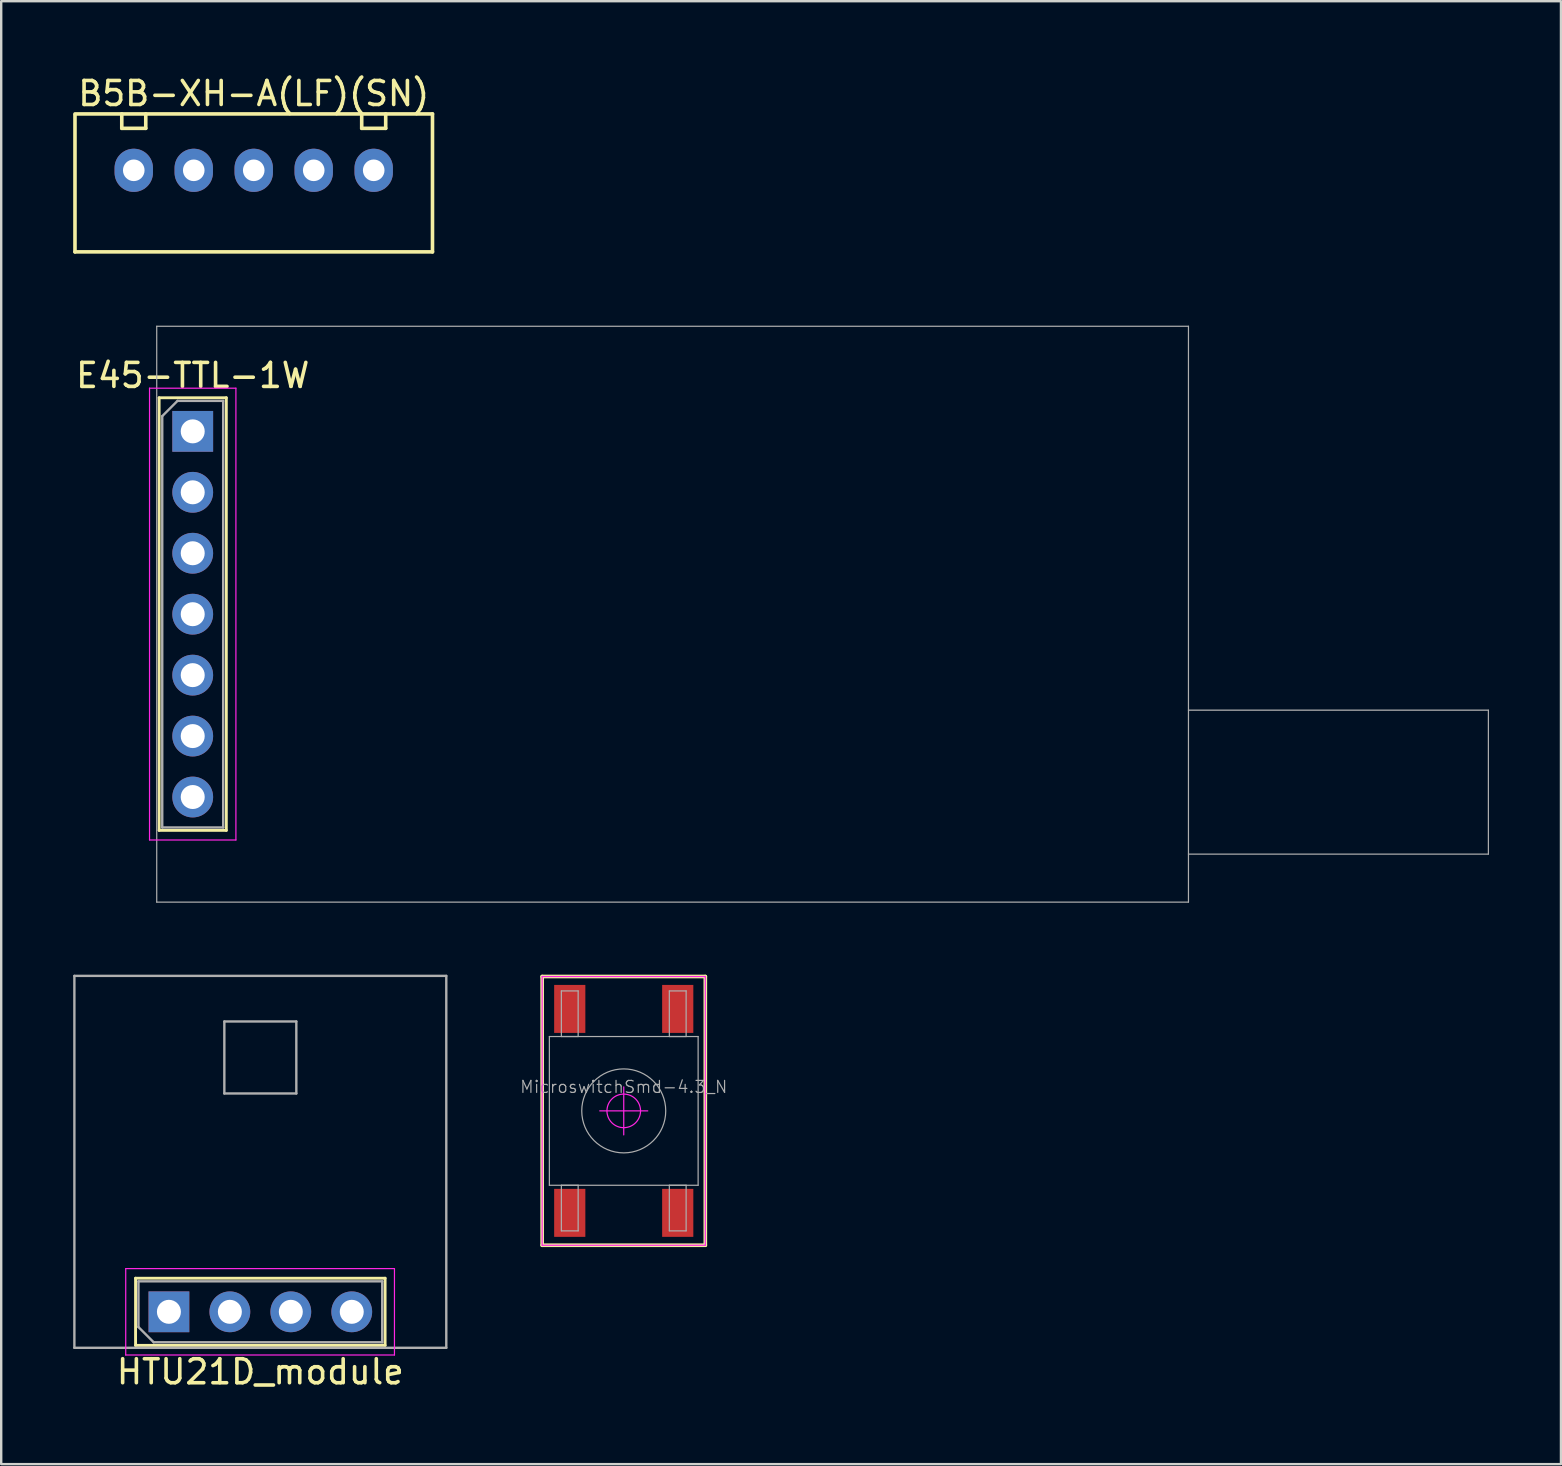
<source format=kicad_pcb>
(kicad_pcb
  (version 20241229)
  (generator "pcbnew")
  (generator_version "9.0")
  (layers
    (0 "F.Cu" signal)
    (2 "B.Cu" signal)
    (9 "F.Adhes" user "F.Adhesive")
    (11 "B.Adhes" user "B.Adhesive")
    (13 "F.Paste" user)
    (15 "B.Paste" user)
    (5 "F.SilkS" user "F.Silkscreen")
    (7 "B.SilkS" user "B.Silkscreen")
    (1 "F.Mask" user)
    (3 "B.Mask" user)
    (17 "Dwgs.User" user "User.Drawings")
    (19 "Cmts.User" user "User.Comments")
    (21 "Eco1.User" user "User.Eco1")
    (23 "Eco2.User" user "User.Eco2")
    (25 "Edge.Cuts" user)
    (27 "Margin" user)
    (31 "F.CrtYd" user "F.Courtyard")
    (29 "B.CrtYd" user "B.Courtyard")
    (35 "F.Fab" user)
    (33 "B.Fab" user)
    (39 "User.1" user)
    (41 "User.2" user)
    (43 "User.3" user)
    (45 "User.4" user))
  (footprint "HTU21D_module"
    (layer "F.Cu")
    (at 7.8 51.623)
    (property "Reference" "HTU21D_module" (at 0 2.5 180) (layer "F.SilkS") (effects (font (size 1 1) (thickness 0.15))))
    (attr through_hole)
    (fp_line (start -5.2 -1.4) (end 5.2 -1.4) (stroke (width 0.12) (type solid)) (layer "F.SilkS"))
    (fp_line (start -5.2 1.4) (end -5.2 -1.4) (stroke (width 0.12) (type solid)) (layer "F.SilkS"))
    (fp_line (start -5.2 1.4) (end 5.2 1.4) (stroke (width 0.12) (type solid)) (layer "F.SilkS"))
    (fp_line (start 5.2 1.4) (end 5.2 -1.4) (stroke (width 0.12) (type solid)) (layer "F.SilkS"))
    (fp_line (start -5.61 -1.8) (end -5.61 1.8) (stroke (width 0.05) (type solid)) (layer "F.CrtYd"))
    (fp_line (start -5.61 1.8) (end 5.59 1.8) (stroke (width 0.05) (type solid)) (layer "F.CrtYd"))
    (fp_line (start 5.59 -1.8) (end -5.61 -1.8) (stroke (width 0.05) (type solid)) (layer "F.CrtYd"))
    (fp_line (start 5.59 1.8) (end 5.59 -1.8) (stroke (width 0.05) (type solid)) (layer "F.CrtYd"))
    (fp_line (start -7.75 -14) (end -7.75 1.5) (stroke (width 0.1) (type solid)) (layer "F.Fab"))
    (fp_line (start -7.75 1.5) (end 7.75 1.5) (stroke (width 0.1) (type solid)) (layer "F.Fab"))
    (fp_line (start -5.08 -1.27) (end 5.08 -1.27) (stroke (width 0.1) (type solid)) (layer "F.Fab"))
    (fp_line (start -5.08 0.635) (end -5.08 -1.27) (stroke (width 0.1) (type solid)) (layer "F.Fab"))
    (fp_line (start -4.445 1.27) (end -5.08 0.635) (stroke (width 0.1) (type solid)) (layer "F.Fab"))
    (fp_line (start -1.5 -12.1) (end 1.5 -12.1) (stroke (width 0.1) (type solid)) (layer "F.Fab"))
    (fp_line (start -1.5 -9.1) (end -1.5 -12.1) (stroke (width 0.1) (type solid)) (layer "F.Fab"))
    (fp_line (start 1.5 -12.1) (end 1.5 -9.1) (stroke (width 0.1) (type solid)) (layer "F.Fab"))
    (fp_line (start 1.5 -9.1) (end -1.5 -9.1) (stroke (width 0.1) (type solid)) (layer "F.Fab"))
    (fp_line (start 5.08 -1.27) (end 5.08 1.27) (stroke (width 0.1) (type solid)) (layer "F.Fab"))
    (fp_line (start 5.08 1.27) (end -4.445 1.27) (stroke (width 0.1) (type solid)) (layer "F.Fab"))
    (fp_line (start 7.75 -14) (end -7.75 -14) (stroke (width 0.1) (type solid)) (layer "F.Fab"))
    (fp_line (start 7.75 1.5) (end 7.75 -14) (stroke (width 0.1) (type solid)) (layer "F.Fab"))
    (pad "1" thru_hole rect (at -3.81 0 90) (size 1.7 1.7) (drill 1) (layers "*.Cu" "*.Mask"))
    (pad "2" thru_hole oval (at -1.27 0 90) (size 1.7 1.7) (drill 1) (layers "*.Cu" "*.Mask"))
    (pad "3" thru_hole oval (at 1.27 0 90) (size 1.7 1.7) (drill 1) (layers "*.Cu" "*.Mask"))
    (pad "4" thru_hole oval (at 3.81 0 90) (size 1.7 1.7) (drill 1) (layers "*.Cu" "*.Mask")))
  (footprint "B5B-XH-A(LF)(SN)"
    (layer "F.Cu")
    (at 7.525 4.048)
    (property "Reference" "B5B-XH-A(LF)(SN)" (at 0 -3.2 0) (layer "F.SilkS") (effects (font (size 1 1) (thickness 0.15))))
    (attr through_hole)
    (fp_line (start -7.45 -2.35) (end 7.45 -2.35) (stroke (width 0.15) (type solid)) (layer "F.SilkS"))
    (fp_line (start -7.45 3.4) (end -7.45 -2.3) (stroke (width 0.15) (type solid)) (layer "F.SilkS"))
    (fp_line (start -5.5 -2.35) (end -5.5 -1.75) (stroke (width 0.15) (type solid)) (layer "F.SilkS"))
    (fp_line (start -5.5 -1.75) (end -4.5 -1.75) (stroke (width 0.15) (type solid)) (layer "F.SilkS"))
    (fp_line (start -4.5 -1.75) (end -4.5 -2.35) (stroke (width 0.15) (type solid)) (layer "F.SilkS"))
    (fp_line (start 4.5 -2.35) (end 4.5 -1.75) (stroke (width 0.15) (type solid)) (layer "F.SilkS"))
    (fp_line (start 4.5 -1.75) (end 5.5 -1.75) (stroke (width 0.15) (type solid)) (layer "F.SilkS"))
    (fp_line (start 5.5 -1.75) (end 5.5 -2.35) (stroke (width 0.15) (type solid)) (layer "F.SilkS"))
    (fp_line (start 7.45 -2.35) (end 7.45 3.4) (stroke (width 0.15) (type solid)) (layer "F.SilkS"))
    (fp_line (start 7.45 3.4) (end -7.45 3.4) (stroke (width 0.15) (type solid)) (layer "F.SilkS"))
    (pad "1" thru_hole oval (at -5 0) (size 1.6 1.8) (drill 0.9) (layers "*.Cu" "*.Mask"))
    (pad "2" thru_hole oval (at -2.5 0) (size 1.6 1.8) (drill 0.9) (layers "*.Cu" "*.Mask"))
    (pad "3" thru_hole oval (at 0 0) (size 1.6 1.8) (drill 0.9) (layers "*.Cu" "*.Mask"))
    (pad "4" thru_hole oval (at 2.5 0) (size 1.6 1.8) (drill 0.9) (layers "*.Cu" "*.Mask"))
    (pad "5" thru_hole oval (at 5 0) (size 1.6 1.8) (drill 0.9) (layers "*.Cu" "*.Mask")))
  (footprint "E45-TTL-1W"
    (layer "F.Cu")
    (at 4.982 22.548)
    (property "Reference" "E45-TTL-1W" (at 0 -9.95 0) (layer "F.SilkS") (effects (font (size 1 1) (thickness 0.15))))
    (attr through_hole)
    (fp_line (start -1.4 -9.02) (end -1.4 9.01) (stroke (width 0.12) (type solid)) (layer "F.SilkS"))
    (fp_line (start -1.4 -9.02) (end 1.4 -9.02) (stroke (width 0.12) (type solid)) (layer "F.SilkS"))
    (fp_line (start -1.4 9.01) (end 1.4 9.01) (stroke (width 0.12) (type solid)) (layer "F.SilkS"))
    (fp_line (start 1.4 -9.02) (end 1.4 9.01) (stroke (width 0.12) (type solid)) (layer "F.SilkS"))
    (fp_line (start -1.8 -9.42) (end -1.8 9.41) (stroke (width 0.05) (type solid)) (layer "F.CrtYd"))
    (fp_line (start -1.8 9.41) (end 1.8 9.41) (stroke (width 0.05) (type solid)) (layer "F.CrtYd"))
    (fp_line (start 1.8 -9.42) (end -1.8 -9.42) (stroke (width 0.05) (type solid)) (layer "F.CrtYd"))
    (fp_line (start 1.8 9.41) (end 1.8 -9.42) (stroke (width 0.05) (type solid)) (layer "F.CrtYd"))
    (fp_line (start -1.5 -12) (end -1.5 12) (stroke (width 0.05) (type solid)) (layer "F.Fab"))
    (fp_line (start -1.5 12) (end 41.5 12) (stroke (width 0.05) (type solid)) (layer "F.Fab"))
    (fp_line (start -1.27 -8.255) (end -0.635 -8.89) (stroke (width 0.1) (type solid)) (layer "F.Fab"))
    (fp_line (start -1.27 8.89) (end -1.27 -8.255) (stroke (width 0.1) (type solid)) (layer "F.Fab"))
    (fp_line (start -0.635 -8.89) (end 1.27 -8.89) (stroke (width 0.1) (type solid)) (layer "F.Fab"))
    (fp_line (start 1.27 -8.89) (end 1.27 8.89) (stroke (width 0.1) (type solid)) (layer "F.Fab"))
    (fp_line (start 1.27 8.89) (end -1.27 8.89) (stroke (width 0.1) (type solid)) (layer "F.Fab"))
    (fp_line (start 41.5 -12) (end -1.5 -12) (stroke (width 0.05) (type solid)) (layer "F.Fab"))
    (fp_line (start 41.5 4) (end 54 4) (stroke (width 0.05) (type solid)) (layer "F.Fab"))
    (fp_line (start 41.5 12) (end 41.5 -12) (stroke (width 0.05) (type solid)) (layer "F.Fab"))
    (fp_line (start 54 4) (end 54 10) (stroke (width 0.05) (type solid)) (layer "F.Fab"))
    (fp_line (start 54 10) (end 41.5 10) (stroke (width 0.05) (type solid)) (layer "F.Fab"))
    (pad "1" thru_hole rect (at 0 -7.62) (size 1.7 1.7) (drill 1) (layers "*.Cu" "*.Mask"))
    (pad "2" thru_hole oval (at 0 -5.08) (size 1.7 1.7) (drill 1) (layers "*.Cu" "*.Mask"))
    (pad "3" thru_hole oval (at 0 -2.54) (size 1.7 1.7) (drill 1) (layers "*.Cu" "*.Mask"))
    (pad "4" thru_hole oval (at 0 0) (size 1.7 1.7) (drill 1) (layers "*.Cu" "*.Mask"))
    (pad "5" thru_hole oval (at 0 2.54) (size 1.7 1.7) (drill 1) (layers "*.Cu" "*.Mask"))
    (pad "6" thru_hole oval (at 0 5.08) (size 1.7 1.7) (drill 1) (layers "*.Cu" "*.Mask"))
    (pad "7" thru_hole oval (at 0 7.62) (size 1.7 1.7) (drill 1) (layers "*.Cu" "*.Mask")))
  (footprint "MicroswitchSmd-4.3_N"
    (layer "F.Cu")
    (at 22.946 43.249)
    (property "Reference" "MicroswitchSmd-4.3_N" (at 0 -1 0) (layer "F.Fab") (effects (font (size 0.5 0.5) (thickness 0.05))))
    (attr through_hole)
    (fp_line (start -3.4 -5.6) (end 3.4 -5.6) (stroke (width 0.152) (type solid)) (layer "F.SilkS"))
    (fp_line (start -3.4 5.6) (end -3.4 -5.6) (stroke (width 0.152) (type solid)) (layer "F.SilkS"))
    (fp_line (start 3.4 -5.6) (end 3.4 5.6) (stroke (width 0.152) (type solid)) (layer "F.SilkS"))
    (fp_line (start 3.4 5.6) (end -3.4 5.6) (stroke (width 0.152) (type solid)) (layer "F.SilkS"))
    (fp_line (start -3.4 -5.6) (end 3.4 -5.6) (stroke (width 0.05) (type solid)) (layer "F.CrtYd"))
    (fp_line (start -3.4 5.6) (end -3.4 -5.6) (stroke (width 0.05) (type solid)) (layer "F.CrtYd"))
    (fp_line (start -1 0) (end 1 0) (stroke (width 0.05) (type solid)) (layer "F.CrtYd"))
    (fp_line (start 0 1) (end 0 -1) (stroke (width 0.05) (type solid)) (layer "F.CrtYd"))
    (fp_line (start 3.4 -5.6) (end 3.4 5.6) (stroke (width 0.05) (type solid)) (layer "F.CrtYd"))
    (fp_line (start 3.4 5.6) (end -3.4 5.6) (stroke (width 0.05) (type solid)) (layer "F.CrtYd"))
    (fp_circle (center 0 0) (end 0.7 0) (stroke (width 0.05) (type solid)) (fill no) (layer "F.CrtYd"))
    (fp_line (start -3.1 -3.1) (end 3.1 -3.1) (stroke (width 0.05) (type solid)) (layer "F.Fab"))
    (fp_line (start -3.1 3.1) (end -3.1 -3.1) (stroke (width 0.05) (type solid)) (layer "F.Fab"))
    (fp_line (start -2.6 -5) (end -1.9 -5) (stroke (width 0.05) (type solid)) (layer "F.Fab"))
    (fp_line (start -2.6 -3.1) (end -2.6 -5) (stroke (width 0.05) (type solid)) (layer "F.Fab"))
    (fp_line (start -2.6 3.1) (end -1.9 3.1) (stroke (width 0.05) (type solid)) (layer "F.Fab"))
    (fp_line (start -2.6 5) (end -2.6 3.1) (stroke (width 0.05) (type solid)) (layer "F.Fab"))
    (fp_line (start -1.9 -5) (end -1.9 -3.1) (stroke (width 0.05) (type solid)) (layer "F.Fab"))
    (fp_line (start -1.9 -3.1) (end -2.6 -3.1) (stroke (width 0.05) (type solid)) (layer "F.Fab"))
    (fp_line (start -1.9 3.1) (end -1.9 5) (stroke (width 0.05) (type solid)) (layer "F.Fab"))
    (fp_line (start -1.9 5) (end -2.6 5) (stroke (width 0.05) (type solid)) (layer "F.Fab"))
    (fp_line (start 1.9 -5) (end 2.6 -5) (stroke (width 0.05) (type solid)) (layer "F.Fab"))
    (fp_line (start 1.9 -3.1) (end 1.9 -5) (stroke (width 0.05) (type solid)) (layer "F.Fab"))
    (fp_line (start 1.9 3.1) (end 2.6 3.1) (stroke (width 0.05) (type solid)) (layer "F.Fab"))
    (fp_line (start 1.9 5) (end 1.9 3.1) (stroke (width 0.05) (type solid)) (layer "F.Fab"))
    (fp_line (start 2.6 -5) (end 2.6 -3.1) (stroke (width 0.05) (type solid)) (layer "F.Fab"))
    (fp_line (start 2.6 -3.1) (end 1.9 -3.1) (stroke (width 0.05) (type solid)) (layer "F.Fab"))
    (fp_line (start 2.6 3.1) (end 2.6 5) (stroke (width 0.05) (type solid)) (layer "F.Fab"))
    (fp_line (start 2.6 5) (end 1.9 5) (stroke (width 0.05) (type solid)) (layer "F.Fab"))
    (fp_line (start 3.1 -3.1) (end 3.1 3.1) (stroke (width 0.05) (type solid)) (layer "F.Fab"))
    (fp_line (start 3.1 3.1) (end -3.1 3.1) (stroke (width 0.05) (type solid)) (layer "F.Fab"))
    (fp_circle (center 0 0) (end 1.75 0) (stroke (width 0.05) (type solid)) (fill no) (layer "F.Fab"))
    (pad "1" smd rect (at -2.25 -4.25 180) (size 1.3 2) (layers "F.Cu" "F.Mask" "F.Paste"))
    (pad "1" smd rect (at -2.25 4.25) (size 1.3 2) (layers "F.Cu" "F.Mask" "F.Paste"))
    (pad "2" smd rect (at 2.25 -4.25 180) (size 1.3 2) (layers "F.Cu" "F.Mask" "F.Paste"))
    (pad "2" smd rect (at 2.25 4.25) (size 1.3 2) (layers "F.Cu" "F.Mask" "F.Paste")))
  (gr_rect
    (start -3 -3)
    (end 62.007 57.971)
    (stroke (width 0.1) (type default))
    (fill no)
    (layer "Edge.Cuts")))
</source>
